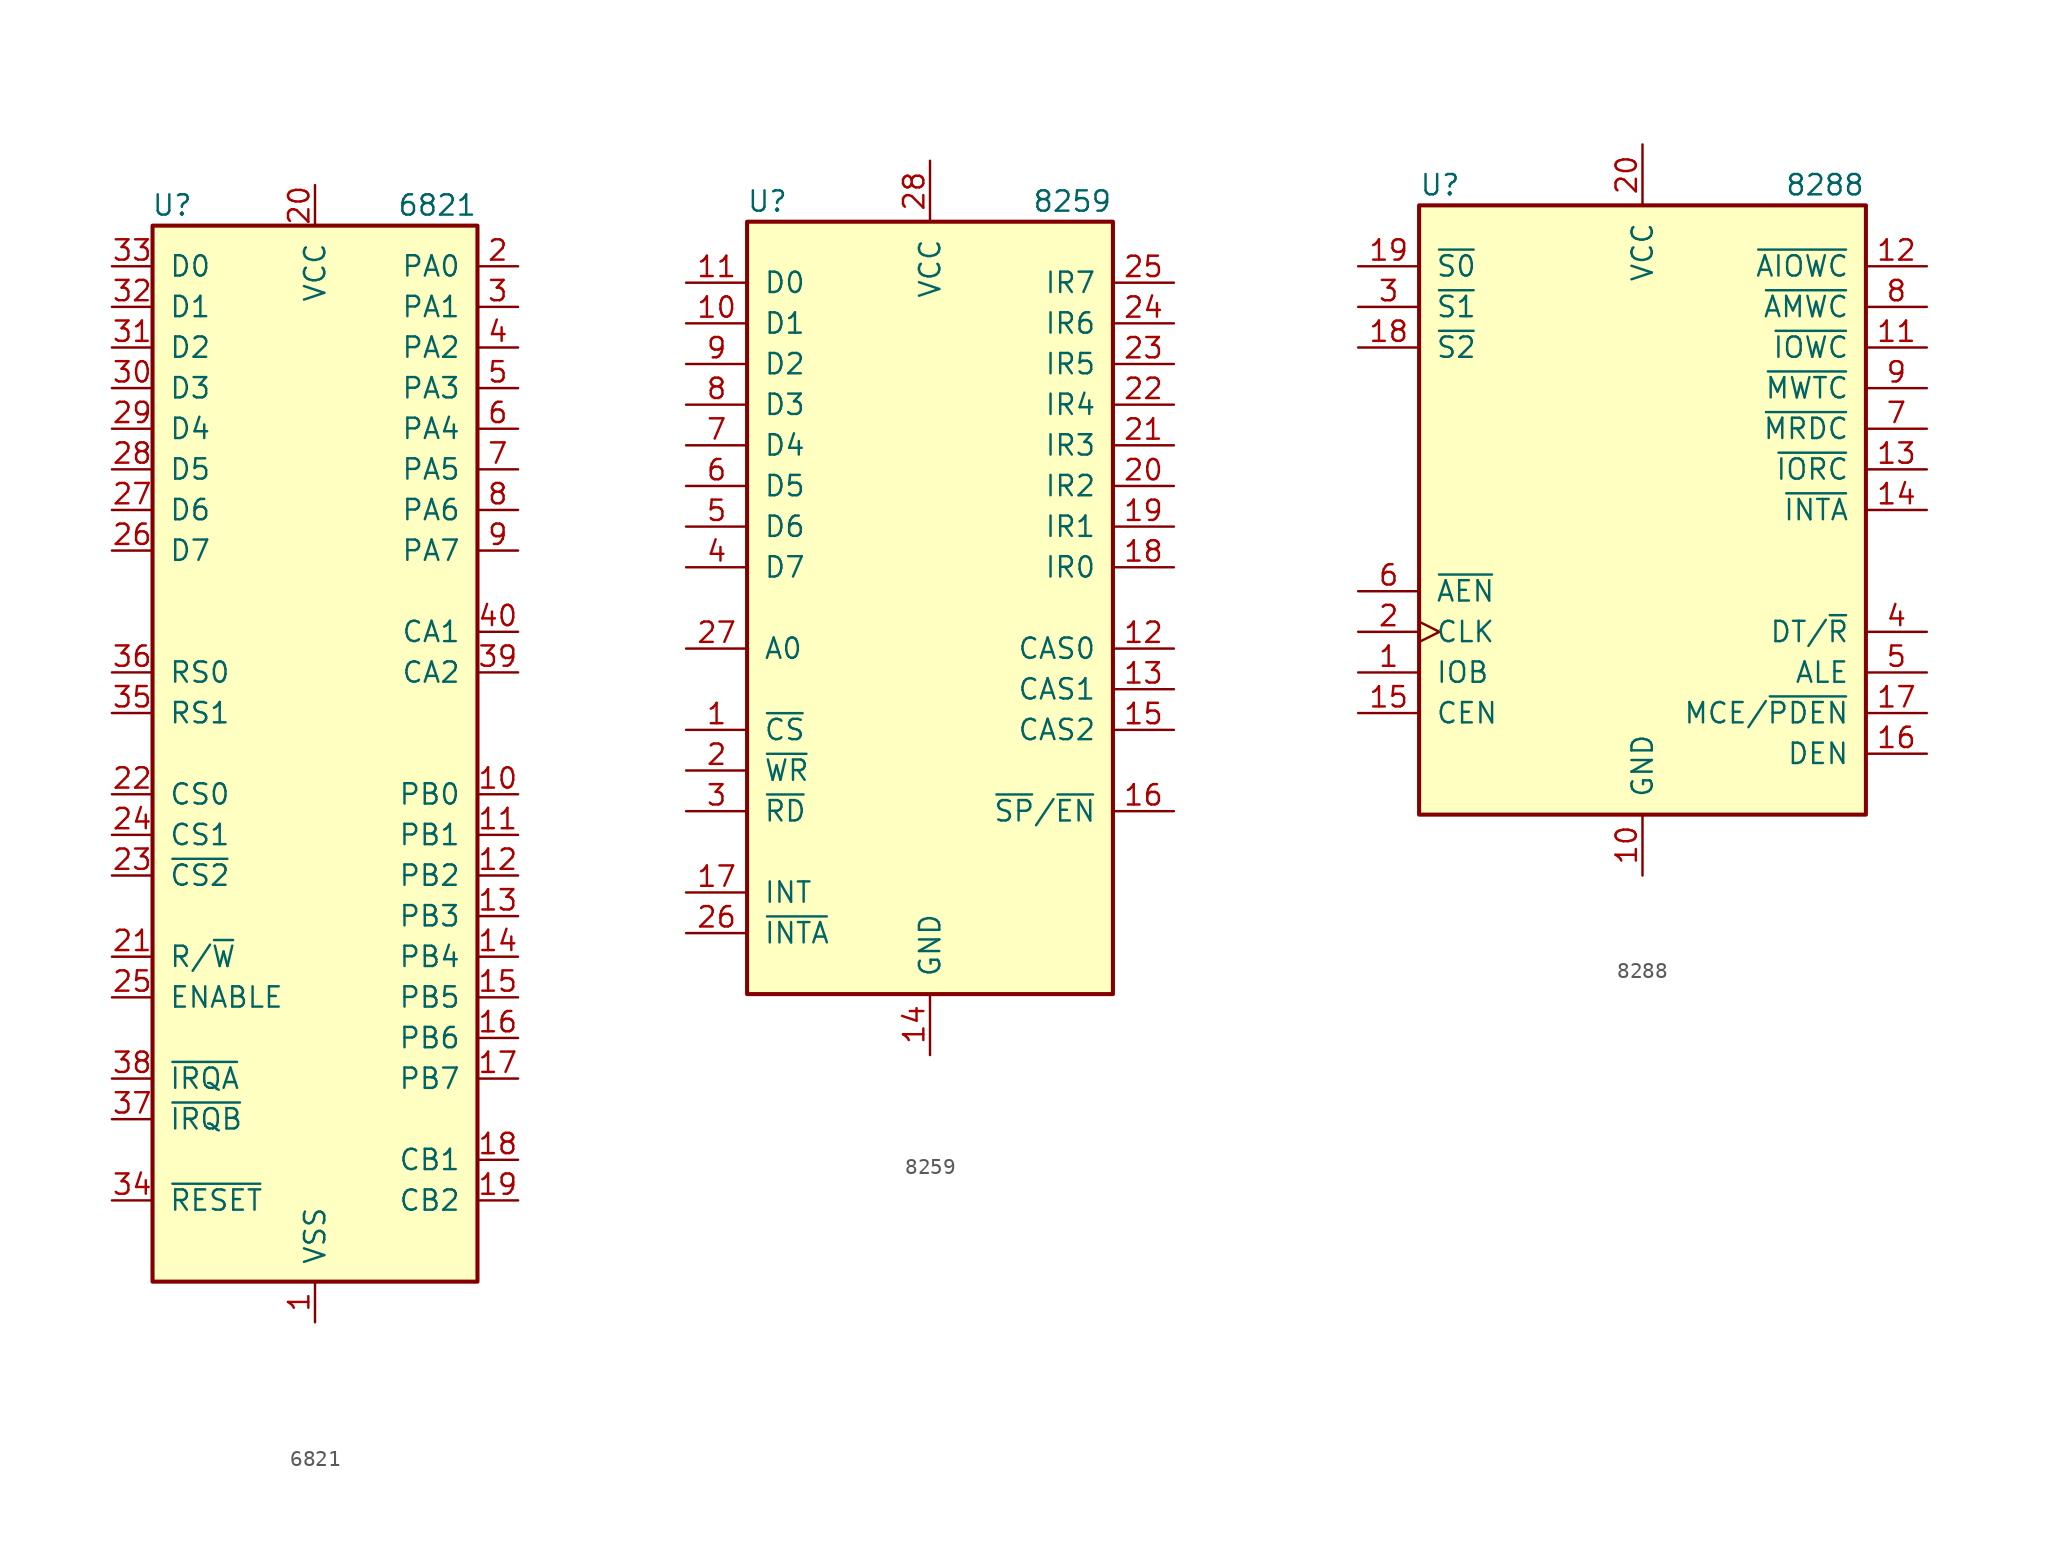
<source format=kicad_sym>
(kicad_symbol_lib
  (version 20201005)
  (generator kicad_symbol_editor)
  (symbol "6821"
    (pin_names
      (offset 1.016))
    (property "Reference" "U"
      (at -7.62 34.29 0)
      (effects (font (size 1.27 1.27)) (justify right)))
    (property "Value" "6821"
      (at 10.16 34.29 0)
      (effects (font (size 1.27 1.27)) (justify right)))
    (symbol "6821_0_1"
      (rectangle (start -10.16 -33.02) (end 10.16 33.02) (stroke (width 0.254)) (fill (type background))))
    (symbol "6821_1_1"
      (pin power_in line (at 0 -35.56 90) (length 2.54) (name "VSS" (effects (font (size 1.27 1.27)))) (number "1" (effects (font (size 1.27 1.27)))))
      (pin bidirectional line (at 12.7 -2.54 180) (length 2.54) (name "PB0" (effects (font (size 1.27 1.27)))) (number "10" (effects (font (size 1.27 1.27)))))
      (pin bidirectional line (at 12.7 -5.08 180) (length 2.54) (name "PB1" (effects (font (size 1.27 1.27)))) (number "11" (effects (font (size 1.27 1.27)))))
      (pin bidirectional line (at 12.7 -7.62 180) (length 2.54) (name "PB2" (effects (font (size 1.27 1.27)))) (number "12" (effects (font (size 1.27 1.27)))))
      (pin bidirectional line (at 12.7 -10.16 180) (length 2.54) (name "PB3" (effects (font (size 1.27 1.27)))) (number "13" (effects (font (size 1.27 1.27)))))
      (pin bidirectional line (at 12.7 -12.7 180) (length 2.54) (name "PB4" (effects (font (size 1.27 1.27)))) (number "14" (effects (font (size 1.27 1.27)))))
      (pin bidirectional line (at 12.7 -15.24 180) (length 2.54) (name "PB5" (effects (font (size 1.27 1.27)))) (number "15" (effects (font (size 1.27 1.27)))))
      (pin bidirectional line (at 12.7 -17.78 180) (length 2.54) (name "PB6" (effects (font (size 1.27 1.27)))) (number "16" (effects (font (size 1.27 1.27)))))
      (pin bidirectional line (at 12.7 -20.32 180) (length 2.54) (name "PB7" (effects (font (size 1.27 1.27)))) (number "17" (effects (font (size 1.27 1.27)))))
      (pin input line (at 12.7 -25.4 180) (length 2.54) (name "CB1" (effects (font (size 1.27 1.27)))) (number "18" (effects (font (size 1.27 1.27)))))
      (pin bidirectional line (at 12.7 -27.94 180) (length 2.54) (name "CB2" (effects (font (size 1.27 1.27)))) (number "19" (effects (font (size 1.27 1.27)))))
      (pin bidirectional line (at 12.7 30.48 180) (length 2.54) (name "PA0" (effects (font (size 1.27 1.27)))) (number "2" (effects (font (size 1.27 1.27)))))
      (pin power_in line (at 0 35.56 270) (length 2.54) (name "VCC" (effects (font (size 1.27 1.27)))) (number "20" (effects (font (size 1.27 1.27)))))
      (pin input line (at -12.7 -12.7 0) (length 2.54) (name "R/~W" (effects (font (size 1.27 1.27)))) (number "21" (effects (font (size 1.27 1.27)))))
      (pin input line (at -12.7 -2.54 0) (length 2.54) (name "CS0" (effects (font (size 1.27 1.27)))) (number "22" (effects (font (size 1.27 1.27)))))
      (pin input line (at -12.7 -7.62 0) (length 2.54) (name "~CS2" (effects (font (size 1.27 1.27)))) (number "23" (effects (font (size 1.27 1.27)))))
      (pin input line (at -12.7 -5.08 0) (length 2.54) (name "CS1" (effects (font (size 1.27 1.27)))) (number "24" (effects (font (size 1.27 1.27)))))
      (pin input line (at -12.7 -15.24 0) (length 2.54) (name "ENABLE" (effects (font (size 1.27 1.27)))) (number "25" (effects (font (size 1.27 1.27)))))
      (pin bidirectional line (at -12.7 12.7 0) (length 2.54) (name "D7" (effects (font (size 1.27 1.27)))) (number "26" (effects (font (size 1.27 1.27)))))
      (pin bidirectional line (at -12.7 15.24 0) (length 2.54) (name "D6" (effects (font (size 1.27 1.27)))) (number "27" (effects (font (size 1.27 1.27)))))
      (pin bidirectional line (at -12.7 17.78 0) (length 2.54) (name "D5" (effects (font (size 1.27 1.27)))) (number "28" (effects (font (size 1.27 1.27)))))
      (pin bidirectional line (at -12.7 20.32 0) (length 2.54) (name "D4" (effects (font (size 1.27 1.27)))) (number "29" (effects (font (size 1.27 1.27)))))
      (pin bidirectional line (at 12.7 27.94 180) (length 2.54) (name "PA1" (effects (font (size 1.27 1.27)))) (number "3" (effects (font (size 1.27 1.27)))))
      (pin bidirectional line (at -12.7 22.86 0) (length 2.54) (name "D3" (effects (font (size 1.27 1.27)))) (number "30" (effects (font (size 1.27 1.27)))))
      (pin bidirectional line (at -12.7 25.4 0) (length 2.54) (name "D2" (effects (font (size 1.27 1.27)))) (number "31" (effects (font (size 1.27 1.27)))))
      (pin bidirectional line (at -12.7 27.94 0) (length 2.54) (name "D1" (effects (font (size 1.27 1.27)))) (number "32" (effects (font (size 1.27 1.27)))))
      (pin bidirectional line (at -12.7 30.48 0) (length 2.54) (name "D0" (effects (font (size 1.27 1.27)))) (number "33" (effects (font (size 1.27 1.27)))))
      (pin input line (at -12.7 -27.94 0) (length 2.54) (name "~RESET" (effects (font (size 1.27 1.27)))) (number "34" (effects (font (size 1.27 1.27)))))
      (pin input line (at -12.7 2.54 0) (length 2.54) (name "RS1" (effects (font (size 1.27 1.27)))) (number "35" (effects (font (size 1.27 1.27)))))
      (pin input line (at -12.7 5.08 0) (length 2.54) (name "RS0" (effects (font (size 1.27 1.27)))) (number "36" (effects (font (size 1.27 1.27)))))
      (pin open_collector line (at -12.7 -22.86 0) (length 2.54) (name "~IRQB" (effects (font (size 1.27 1.27)))) (number "37" (effects (font (size 1.27 1.27)))))
      (pin open_collector line (at -12.7 -20.32 0) (length 2.54) (name "~IRQA" (effects (font (size 1.27 1.27)))) (number "38" (effects (font (size 1.27 1.27)))))
      (pin bidirectional line (at 12.7 5.08 180) (length 2.54) (name "CA2" (effects (font (size 1.27 1.27)))) (number "39" (effects (font (size 1.27 1.27)))))
      (pin bidirectional line (at 12.7 25.4 180) (length 2.54) (name "PA2" (effects (font (size 1.27 1.27)))) (number "4" (effects (font (size 1.27 1.27)))))
      (pin input line (at 12.7 7.62 180) (length 2.54) (name "CA1" (effects (font (size 1.27 1.27)))) (number "40" (effects (font (size 1.27 1.27)))))
      (pin bidirectional line (at 12.7 22.86 180) (length 2.54) (name "PA3" (effects (font (size 1.27 1.27)))) (number "5" (effects (font (size 1.27 1.27)))))
      (pin bidirectional line (at 12.7 20.32 180) (length 2.54) (name "PA4" (effects (font (size 1.27 1.27)))) (number "6" (effects (font (size 1.27 1.27)))))
      (pin bidirectional line (at 12.7 17.78 180) (length 2.54) (name "PA5" (effects (font (size 1.27 1.27)))) (number "7" (effects (font (size 1.27 1.27)))))
      (pin bidirectional line (at 12.7 15.24 180) (length 2.54) (name "PA6" (effects (font (size 1.27 1.27)))) (number "8" (effects (font (size 1.27 1.27)))))
      (pin bidirectional line (at 12.7 12.7 180) (length 2.54) (name "PA7" (effects (font (size 1.27 1.27)))) (number "9" (effects (font (size 1.27 1.27)))))))
  (symbol "8259"
    (pin_names
      (offset 1.016))
    (property "Reference" "U"
      (at -10.16 25.4 0)
      (effects (font (size 1.27 1.27))))
    (property "Value" "8259"
      (at 8.89 25.4 0)
      (effects (font (size 1.27 1.27))))
    (symbol "8259_0_1"
      (rectangle (start -11.43 24.13) (end 11.43 -24.13) (stroke (width 0.254)) (fill (type background))))
    (symbol "8259_1_1"
      (pin input line (at -15.24 -7.62 0) (length 3.81) (name "~CS~" (effects (font (size 1.27 1.27)))) (number "1" (effects (font (size 1.27 1.27)))))
      (pin bidirectional line (at -15.24 17.78 0) (length 3.81) (name "D1" (effects (font (size 1.27 1.27)))) (number "10" (effects (font (size 1.27 1.27)))))
      (pin bidirectional line (at -15.24 20.32 0) (length 3.81) (name "D0" (effects (font (size 1.27 1.27)))) (number "11" (effects (font (size 1.27 1.27)))))
      (pin input line (at 15.24 -2.54 180) (length 3.81) (name "CAS0" (effects (font (size 1.27 1.27)))) (number "12" (effects (font (size 1.27 1.27)))))
      (pin output line (at 15.24 -5.08 180) (length 3.81) (name "CAS1" (effects (font (size 1.27 1.27)))) (number "13" (effects (font (size 1.27 1.27)))))
      (pin power_in line (at 0 -27.94 90) (length 3.81) (name "GND" (effects (font (size 1.27 1.27)))) (number "14" (effects (font (size 1.27 1.27)))))
      (pin output line (at 15.24 -7.62 180) (length 3.81) (name "CAS2" (effects (font (size 1.27 1.27)))) (number "15" (effects (font (size 1.27 1.27)))))
      (pin bidirectional line (at 15.24 -12.7 180) (length 3.81) (name "~SP~/~EN~" (effects (font (size 1.27 1.27)))) (number "16" (effects (font (size 1.27 1.27)))))
      (pin output line (at -15.24 -17.78 0) (length 3.81) (name "INT" (effects (font (size 1.27 1.27)))) (number "17" (effects (font (size 1.27 1.27)))))
      (pin input line (at 15.24 2.54 180) (length 3.81) (name "IR0" (effects (font (size 1.27 1.27)))) (number "18" (effects (font (size 1.27 1.27)))))
      (pin input line (at 15.24 5.08 180) (length 3.81) (name "IR1" (effects (font (size 1.27 1.27)))) (number "19" (effects (font (size 1.27 1.27)))))
      (pin input line (at -15.24 -10.16 0) (length 3.81) (name "~WR~" (effects (font (size 1.27 1.27)))) (number "2" (effects (font (size 1.27 1.27)))))
      (pin input line (at 15.24 7.62 180) (length 3.81) (name "IR2" (effects (font (size 1.27 1.27)))) (number "20" (effects (font (size 1.27 1.27)))))
      (pin input line (at 15.24 10.16 180) (length 3.81) (name "IR3" (effects (font (size 1.27 1.27)))) (number "21" (effects (font (size 1.27 1.27)))))
      (pin input line (at 15.24 12.7 180) (length 3.81) (name "IR4" (effects (font (size 1.27 1.27)))) (number "22" (effects (font (size 1.27 1.27)))))
      (pin input line (at 15.24 15.24 180) (length 3.81) (name "IR5" (effects (font (size 1.27 1.27)))) (number "23" (effects (font (size 1.27 1.27)))))
      (pin input line (at 15.24 17.78 180) (length 3.81) (name "IR6" (effects (font (size 1.27 1.27)))) (number "24" (effects (font (size 1.27 1.27)))))
      (pin input line (at 15.24 20.32 180) (length 3.81) (name "IR7" (effects (font (size 1.27 1.27)))) (number "25" (effects (font (size 1.27 1.27)))))
      (pin input line (at -15.24 -20.32 0) (length 3.81) (name "~INTA~" (effects (font (size 1.27 1.27)))) (number "26" (effects (font (size 1.27 1.27)))))
      (pin input line (at -15.24 -2.54 0) (length 3.81) (name "A0" (effects (font (size 1.27 1.27)))) (number "27" (effects (font (size 1.27 1.27)))))
      (pin power_in line (at 0 27.94 270) (length 3.81) (name "VCC" (effects (font (size 1.27 1.27)))) (number "28" (effects (font (size 1.27 1.27)))))
      (pin input line (at -15.24 -12.7 0) (length 3.81) (name "~RD~" (effects (font (size 1.27 1.27)))) (number "3" (effects (font (size 1.27 1.27)))))
      (pin bidirectional line (at -15.24 2.54 0) (length 3.81) (name "D7" (effects (font (size 1.27 1.27)))) (number "4" (effects (font (size 1.27 1.27)))))
      (pin bidirectional line (at -15.24 5.08 0) (length 3.81) (name "D6" (effects (font (size 1.27 1.27)))) (number "5" (effects (font (size 1.27 1.27)))))
      (pin bidirectional line (at -15.24 7.62 0) (length 3.81) (name "D5" (effects (font (size 1.27 1.27)))) (number "6" (effects (font (size 1.27 1.27)))))
      (pin bidirectional line (at -15.24 10.16 0) (length 3.81) (name "D4" (effects (font (size 1.27 1.27)))) (number "7" (effects (font (size 1.27 1.27)))))
      (pin bidirectional line (at -15.24 12.7 0) (length 3.81) (name "D3" (effects (font (size 1.27 1.27)))) (number "8" (effects (font (size 1.27 1.27)))))
      (pin bidirectional line (at -15.24 15.24 0) (length 3.81) (name "D2" (effects (font (size 1.27 1.27)))) (number "9" (effects (font (size 1.27 1.27)))))))
  (symbol "8288"
    (pin_names
      (offset 1.016))
    (property "Reference" "U"
      (at -13.97 20.32 0)
      (effects (font (size 1.27 1.27)) (justify left)))
    (property "Value" "8288"
      (at 8.89 20.32 0)
      (effects (font (size 1.27 1.27)) (justify left)))
    (symbol "8288_0_0"
      (rectangle (start -13.97 -19.05) (end 13.97 19.05) (stroke (width 0.254)) (fill (type background))))
    (symbol "8288_1_1"
      (pin input line (at -17.78 -10.16 0) (length 3.81) (name "IOB" (effects (font (size 1.27 1.27)))) (number "1" (effects (font (size 1.27 1.27)))))
      (pin power_in line (at 0 -22.86 90) (length 3.81) (name "GND" (effects (font (size 1.27 1.27)))) (number "10" (effects (font (size 1.27 1.27)))))
      (pin output line (at 17.78 10.16 180) (length 3.81) (name "~IOWC~" (effects (font (size 1.27 1.27)))) (number "11" (effects (font (size 1.27 1.27)))))
      (pin output line (at 17.78 15.24 180) (length 3.81) (name "~AIOWC~" (effects (font (size 1.27 1.27)))) (number "12" (effects (font (size 1.27 1.27)))))
      (pin output line (at 17.78 2.54 180) (length 3.81) (name "~IORC~" (effects (font (size 1.27 1.27)))) (number "13" (effects (font (size 1.27 1.27)))))
      (pin output line (at 17.78 0 180) (length 3.81) (name "~INTA~" (effects (font (size 1.27 1.27)))) (number "14" (effects (font (size 1.27 1.27)))))
      (pin input line (at -17.78 -12.7 0) (length 3.81) (name "CEN" (effects (font (size 1.27 1.27)))) (number "15" (effects (font (size 1.27 1.27)))))
      (pin output line (at 17.78 -15.24 180) (length 3.81) (name "DEN" (effects (font (size 1.27 1.27)))) (number "16" (effects (font (size 1.27 1.27)))))
      (pin output line (at 17.78 -12.7 180) (length 3.81) (name "MCE/~PDEN~" (effects (font (size 1.27 1.27)))) (number "17" (effects (font (size 1.27 1.27)))))
      (pin input line (at -17.78 10.16 0) (length 3.81) (name "~S2~" (effects (font (size 1.27 1.27)))) (number "18" (effects (font (size 1.27 1.27)))))
      (pin input line (at -17.78 15.24 0) (length 3.81) (name "~S0~" (effects (font (size 1.27 1.27)))) (number "19" (effects (font (size 1.27 1.27)))))
      (pin input clock (at -17.78 -7.62 0) (length 3.81) (name "CLK" (effects (font (size 1.27 1.27)))) (number "2" (effects (font (size 1.27 1.27)))))
      (pin power_in line (at 0 22.86 270) (length 3.81) (name "VCC" (effects (font (size 1.27 1.27)))) (number "20" (effects (font (size 1.27 1.27)))))
      (pin input line (at -17.78 12.7 0) (length 3.81) (name "~S1~" (effects (font (size 1.27 1.27)))) (number "3" (effects (font (size 1.27 1.27)))))
      (pin output line (at 17.78 -7.62 180) (length 3.81) (name "DT/~R~" (effects (font (size 1.27 1.27)))) (number "4" (effects (font (size 1.27 1.27)))))
      (pin output line (at 17.78 -10.16 180) (length 3.81) (name "ALE" (effects (font (size 1.27 1.27)))) (number "5" (effects (font (size 1.27 1.27)))))
      (pin input line (at -17.78 -5.08 0) (length 3.81) (name "~AEN~" (effects (font (size 1.27 1.27)))) (number "6" (effects (font (size 1.27 1.27)))))
      (pin output line (at 17.78 5.08 180) (length 3.81) (name "~MRDC~" (effects (font (size 1.27 1.27)))) (number "7" (effects (font (size 1.27 1.27)))))
      (pin output line (at 17.78 12.7 180) (length 3.81) (name "~AMWC~" (effects (font (size 1.27 1.27)))) (number "8" (effects (font (size 1.27 1.27)))))
      (pin output line (at 17.78 7.62 180) (length 3.81) (name "~MWTC~" (effects (font (size 1.27 1.27)))) (number "9" (effects (font (size 1.27 1.27))))))))
</source>
